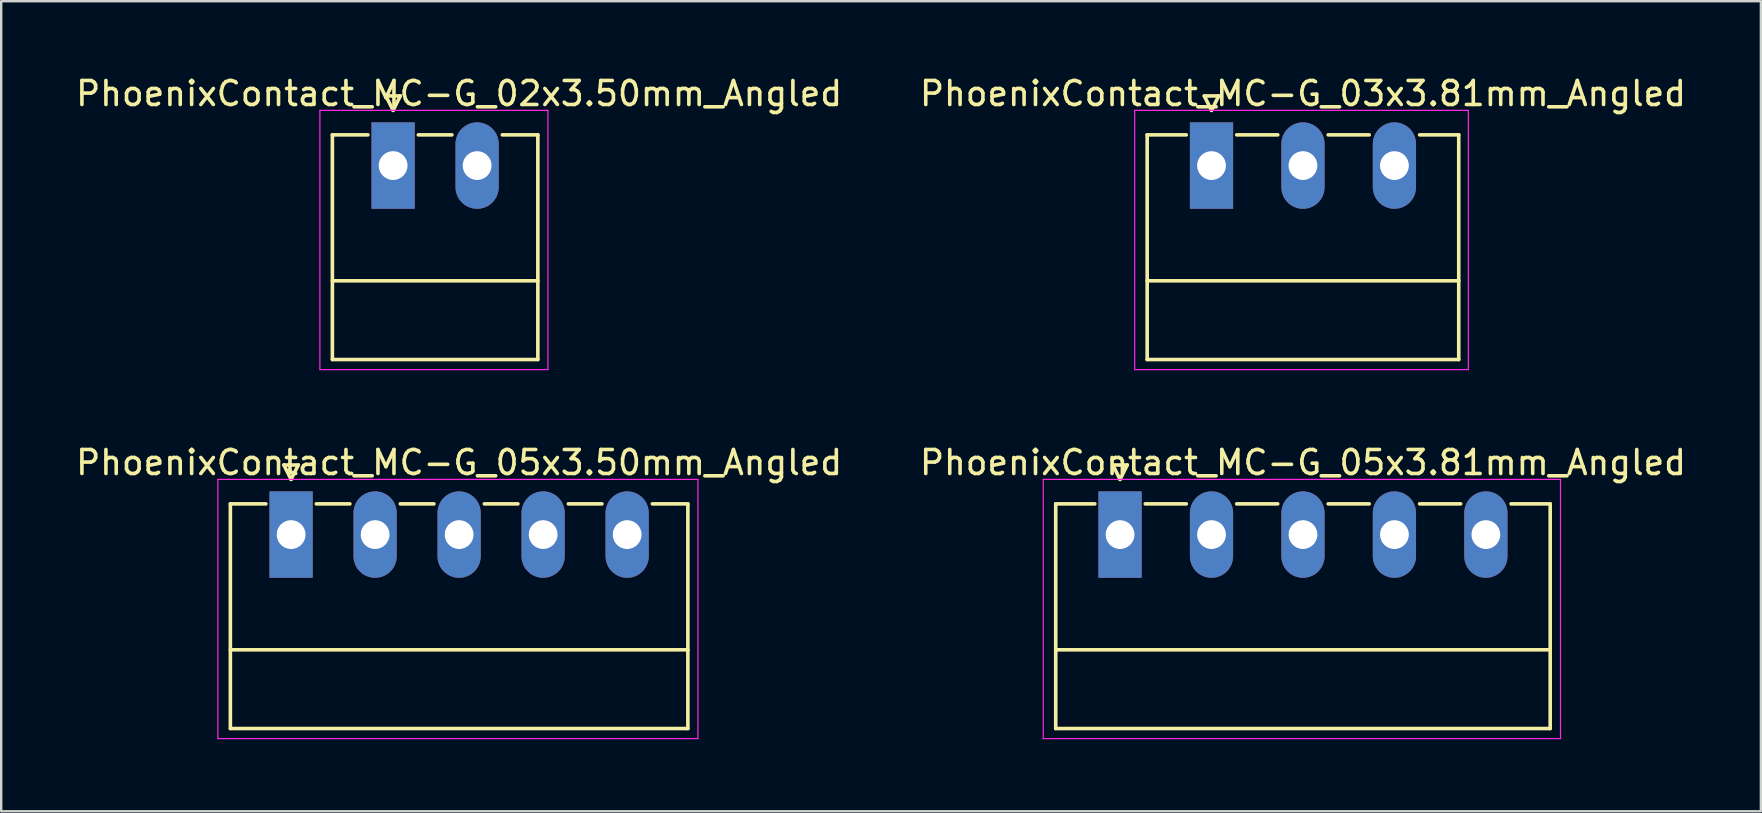
<source format=kicad_pcb>
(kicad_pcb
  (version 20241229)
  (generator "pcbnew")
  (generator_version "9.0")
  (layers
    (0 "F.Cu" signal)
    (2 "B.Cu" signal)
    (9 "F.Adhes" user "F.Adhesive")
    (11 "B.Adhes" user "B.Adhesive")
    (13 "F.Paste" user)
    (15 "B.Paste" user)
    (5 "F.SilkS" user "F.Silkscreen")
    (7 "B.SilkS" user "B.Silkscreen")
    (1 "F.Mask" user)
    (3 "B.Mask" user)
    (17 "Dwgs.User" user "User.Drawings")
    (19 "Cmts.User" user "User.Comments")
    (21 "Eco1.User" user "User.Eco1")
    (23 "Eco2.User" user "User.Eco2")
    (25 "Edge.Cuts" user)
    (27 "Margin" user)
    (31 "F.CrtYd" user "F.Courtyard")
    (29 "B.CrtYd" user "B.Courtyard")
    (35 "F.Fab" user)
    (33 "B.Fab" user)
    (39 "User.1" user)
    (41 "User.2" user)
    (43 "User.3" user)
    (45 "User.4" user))
  (footprint "PhoenixContact_MC-G_05x3.81mm_Angled"
    (layer "F.Cu")
    (at 43.612 19.221)
    (property "Reference" "PhoenixContact_MC-G_05x3.81mm_Angled" (at 7.62 -3 0) (layer "F.SilkS") (effects (font (size 1 1) (thickness 0.15))))
    (attr through_hole)
    (fp_line (start -2.68 -1.28) (end -2.68 8.08) (stroke (width 0.15) (type solid)) (layer "F.SilkS"))
    (fp_line (start -2.68 -1.28) (end -1.05 -1.28) (stroke (width 0.15) (type solid)) (layer "F.SilkS"))
    (fp_line (start -2.68 4.8) (end 17.92 4.8) (stroke (width 0.15) (type solid)) (layer "F.SilkS"))
    (fp_line (start -2.68 8.08) (end 17.92 8.08) (stroke (width 0.15) (type solid)) (layer "F.SilkS"))
    (fp_line (start -0.3 -2.9) (end 0 -2.3) (stroke (width 0.15) (type solid)) (layer "F.SilkS"))
    (fp_line (start 0 -2.3) (end 0.3 -2.9) (stroke (width 0.15) (type solid)) (layer "F.SilkS"))
    (fp_line (start 0.3 -2.9) (end -0.3 -2.9) (stroke (width 0.15) (type solid)) (layer "F.SilkS"))
    (fp_line (start 1.05 -1.28) (end 2.76 -1.28) (stroke (width 0.15) (type solid)) (layer "F.SilkS"))
    (fp_line (start 4.86 -1.28) (end 6.57 -1.28) (stroke (width 0.15) (type solid)) (layer "F.SilkS"))
    (fp_line (start 8.67 -1.28) (end 10.38 -1.28) (stroke (width 0.15) (type solid)) (layer "F.SilkS"))
    (fp_line (start 12.48 -1.28) (end 14.19 -1.28) (stroke (width 0.15) (type solid)) (layer "F.SilkS"))
    (fp_line (start 17.92 -1.28) (end 16.29 -1.28) (stroke (width 0.15) (type solid)) (layer "F.SilkS"))
    (fp_line (start 17.92 8.08) (end 17.92 -1.28) (stroke (width 0.15) (type solid)) (layer "F.SilkS"))
    (fp_line (start -3.2 -2.3) (end -3.2 8.5) (stroke (width 0.05) (type solid)) (layer "F.CrtYd"))
    (fp_line (start -3.2 8.5) (end 18.35 8.5) (stroke (width 0.05) (type solid)) (layer "F.CrtYd"))
    (fp_line (start 18.35 -2.3) (end -3.2 -2.3) (stroke (width 0.05) (type solid)) (layer "F.CrtYd"))
    (fp_line (start 18.35 8.5) (end 18.35 -2.3) (stroke (width 0.05) (type solid)) (layer "F.CrtYd"))
    (pad "1" thru_hole rect (at 0 0) (size 1.8 3.6) (drill 1.2) (layers "*.Cu" "*.Mask"))
    (pad "2" thru_hole oval (at 3.81 0) (size 1.8 3.6) (drill 1.2) (layers "*.Cu" "*.Mask"))
    (pad "3" thru_hole oval (at 7.62 0) (size 1.8 3.6) (drill 1.2) (layers "*.Cu" "*.Mask"))
    (pad "4" thru_hole oval (at 11.43 0) (size 1.8 3.6) (drill 1.2) (layers "*.Cu" "*.Mask"))
    (pad "5" thru_hole oval (at 15.24 0) (size 1.8 3.6) (drill 1.2) (layers "*.Cu" "*.Mask")))
  (footprint "PhoenixContact_MC-G_05x3.50mm_Angled"
    (layer "F.Cu")
    (at 9.077 19.221)
    (property "Reference" "PhoenixContact_MC-G_05x3.50mm_Angled" (at 7 -3 0) (layer "F.SilkS") (effects (font (size 1 1) (thickness 0.15))))
    (attr through_hole)
    (fp_line (start -2.53 -1.28) (end -2.53 8.08) (stroke (width 0.15) (type solid)) (layer "F.SilkS"))
    (fp_line (start -2.53 -1.28) (end -1.05 -1.28) (stroke (width 0.15) (type solid)) (layer "F.SilkS"))
    (fp_line (start -2.53 4.8) (end 16.53 4.8) (stroke (width 0.15) (type solid)) (layer "F.SilkS"))
    (fp_line (start -2.53 8.08) (end 16.53 8.08) (stroke (width 0.15) (type solid)) (layer "F.SilkS"))
    (fp_line (start -0.3 -2.9) (end 0 -2.3) (stroke (width 0.15) (type solid)) (layer "F.SilkS"))
    (fp_line (start 0 -2.3) (end 0.3 -2.9) (stroke (width 0.15) (type solid)) (layer "F.SilkS"))
    (fp_line (start 0.3 -2.9) (end -0.3 -2.9) (stroke (width 0.15) (type solid)) (layer "F.SilkS"))
    (fp_line (start 1.05 -1.28) (end 2.45 -1.28) (stroke (width 0.15) (type solid)) (layer "F.SilkS"))
    (fp_line (start 4.55 -1.28) (end 5.95 -1.28) (stroke (width 0.15) (type solid)) (layer "F.SilkS"))
    (fp_line (start 8.05 -1.28) (end 9.45 -1.28) (stroke (width 0.15) (type solid)) (layer "F.SilkS"))
    (fp_line (start 11.55 -1.28) (end 12.95 -1.28) (stroke (width 0.15) (type solid)) (layer "F.SilkS"))
    (fp_line (start 16.53 -1.28) (end 15.05 -1.28) (stroke (width 0.15) (type solid)) (layer "F.SilkS"))
    (fp_line (start 16.53 8.08) (end 16.53 -1.28) (stroke (width 0.15) (type solid)) (layer "F.SilkS"))
    (fp_line (start -3.05 -2.3) (end -3.05 8.5) (stroke (width 0.05) (type solid)) (layer "F.CrtYd"))
    (fp_line (start -3.05 8.5) (end 16.95 8.5) (stroke (width 0.05) (type solid)) (layer "F.CrtYd"))
    (fp_line (start 16.95 -2.3) (end -3.05 -2.3) (stroke (width 0.05) (type solid)) (layer "F.CrtYd"))
    (fp_line (start 16.95 8.5) (end 16.95 -2.3) (stroke (width 0.05) (type solid)) (layer "F.CrtYd"))
    (pad "1" thru_hole rect (at 0 0) (size 1.8 3.6) (drill 1.2) (layers "*.Cu" "*.Mask"))
    (pad "2" thru_hole oval (at 3.5 0) (size 1.8 3.6) (drill 1.2) (layers "*.Cu" "*.Mask"))
    (pad "3" thru_hole oval (at 7 0) (size 1.8 3.6) (drill 1.2) (layers "*.Cu" "*.Mask"))
    (pad "4" thru_hole oval (at 10.5 0) (size 1.8 3.6) (drill 1.2) (layers "*.Cu" "*.Mask"))
    (pad "5" thru_hole oval (at 14 0) (size 1.8 3.6) (drill 1.2) (layers "*.Cu" "*.Mask")))
  (footprint "PhoenixContact_MC-G_03x3.81mm_Angled"
    (layer "F.Cu")
    (at 47.422 3.848)
    (property "Reference" "PhoenixContact_MC-G_03x3.81mm_Angled" (at 3.81 -3 0) (layer "F.SilkS") (effects (font (size 1 1) (thickness 0.15))))
    (attr through_hole)
    (fp_line (start -2.68 -1.28) (end -2.68 8.08) (stroke (width 0.15) (type solid)) (layer "F.SilkS"))
    (fp_line (start -2.68 -1.28) (end -1.05 -1.28) (stroke (width 0.15) (type solid)) (layer "F.SilkS"))
    (fp_line (start -2.68 4.8) (end 10.3 4.8) (stroke (width 0.15) (type solid)) (layer "F.SilkS"))
    (fp_line (start -2.68 8.08) (end 10.3 8.08) (stroke (width 0.15) (type solid)) (layer "F.SilkS"))
    (fp_line (start -0.3 -2.9) (end 0 -2.3) (stroke (width 0.15) (type solid)) (layer "F.SilkS"))
    (fp_line (start 0 -2.3) (end 0.3 -2.9) (stroke (width 0.15) (type solid)) (layer "F.SilkS"))
    (fp_line (start 0.3 -2.9) (end -0.3 -2.9) (stroke (width 0.15) (type solid)) (layer "F.SilkS"))
    (fp_line (start 1.05 -1.28) (end 2.76 -1.28) (stroke (width 0.15) (type solid)) (layer "F.SilkS"))
    (fp_line (start 4.86 -1.28) (end 6.57 -1.28) (stroke (width 0.15) (type solid)) (layer "F.SilkS"))
    (fp_line (start 10.3 -1.28) (end 8.67 -1.28) (stroke (width 0.15) (type solid)) (layer "F.SilkS"))
    (fp_line (start 10.3 8.08) (end 10.3 -1.28) (stroke (width 0.15) (type solid)) (layer "F.SilkS"))
    (fp_line (start -3.2 -2.3) (end -3.2 8.5) (stroke (width 0.05) (type solid)) (layer "F.CrtYd"))
    (fp_line (start -3.2 8.5) (end 10.7 8.5) (stroke (width 0.05) (type solid)) (layer "F.CrtYd"))
    (fp_line (start 10.7 -2.3) (end -3.2 -2.3) (stroke (width 0.05) (type solid)) (layer "F.CrtYd"))
    (fp_line (start 10.7 8.5) (end 10.7 -2.3) (stroke (width 0.05) (type solid)) (layer "F.CrtYd"))
    (pad "1" thru_hole rect (at 0 0) (size 1.8 3.6) (drill 1.2) (layers "*.Cu" "*.Mask"))
    (pad "2" thru_hole oval (at 3.81 0) (size 1.8 3.6) (drill 1.2) (layers "*.Cu" "*.Mask"))
    (pad "3" thru_hole oval (at 7.62 0) (size 1.8 3.6) (drill 1.2) (layers "*.Cu" "*.Mask")))
  (footprint "PhoenixContact_MC-G_02x3.50mm_Angled"
    (layer "F.Cu")
    (at 13.327 3.848)
    (property "Reference" "PhoenixContact_MC-G_02x3.50mm_Angled" (at 2.75 -3 0) (layer "F.SilkS") (effects (font (size 1 1) (thickness 0.15))))
    (attr through_hole)
    (fp_line (start -2.53 -1.28) (end -2.53 8.08) (stroke (width 0.15) (type solid)) (layer "F.SilkS"))
    (fp_line (start -2.53 -1.28) (end -1.05 -1.28) (stroke (width 0.15) (type solid)) (layer "F.SilkS"))
    (fp_line (start -2.53 4.8) (end 6.03 4.8) (stroke (width 0.15) (type solid)) (layer "F.SilkS"))
    (fp_line (start -2.53 8.08) (end 6.03 8.08) (stroke (width 0.15) (type solid)) (layer "F.SilkS"))
    (fp_line (start -0.3 -2.9) (end 0 -2.3) (stroke (width 0.15) (type solid)) (layer "F.SilkS"))
    (fp_line (start 0 -2.3) (end 0.3 -2.9) (stroke (width 0.15) (type solid)) (layer "F.SilkS"))
    (fp_line (start 0.3 -2.9) (end -0.3 -2.9) (stroke (width 0.15) (type solid)) (layer "F.SilkS"))
    (fp_line (start 1.05 -1.28) (end 2.45 -1.28) (stroke (width 0.15) (type solid)) (layer "F.SilkS"))
    (fp_line (start 6.03 -1.28) (end 4.55 -1.28) (stroke (width 0.15) (type solid)) (layer "F.SilkS"))
    (fp_line (start 6.03 8.08) (end 6.03 -1.28) (stroke (width 0.15) (type solid)) (layer "F.SilkS"))
    (fp_line (start -3.05 -2.3) (end -3.05 8.5) (stroke (width 0.05) (type solid)) (layer "F.CrtYd"))
    (fp_line (start -3.05 8.5) (end 6.45 8.5) (stroke (width 0.05) (type solid)) (layer "F.CrtYd"))
    (fp_line (start 6.45 -2.3) (end -3.05 -2.3) (stroke (width 0.05) (type solid)) (layer "F.CrtYd"))
    (fp_line (start 6.45 8.5) (end 6.45 -2.3) (stroke (width 0.05) (type solid)) (layer "F.CrtYd"))
    (pad "1" thru_hole rect (at 0 0) (size 1.8 3.6) (drill 1.2) (layers "*.Cu" "*.Mask"))
    (pad "2" thru_hole oval (at 3.5 0) (size 1.8 3.6) (drill 1.2) (layers "*.Cu" "*.Mask")))
  (gr_rect
    (start -3 -3)
    (end 70.31 30.747)
    (stroke (width 0.1) (type default))
    (fill no)
    (layer "Edge.Cuts")))
</source>
